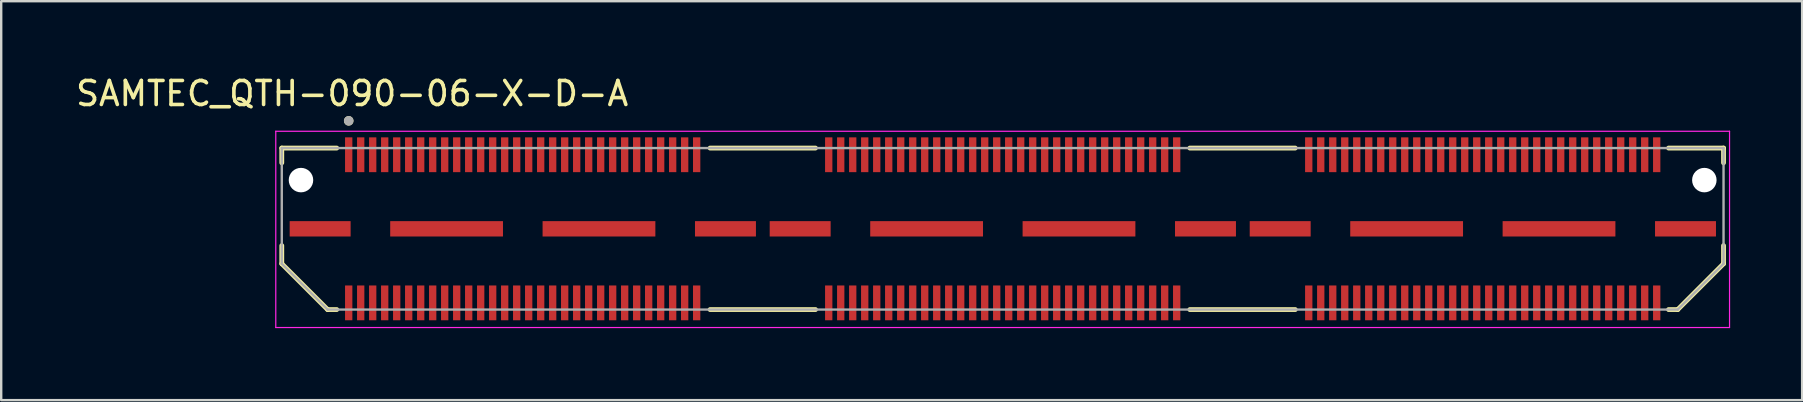
<source format=kicad_pcb>
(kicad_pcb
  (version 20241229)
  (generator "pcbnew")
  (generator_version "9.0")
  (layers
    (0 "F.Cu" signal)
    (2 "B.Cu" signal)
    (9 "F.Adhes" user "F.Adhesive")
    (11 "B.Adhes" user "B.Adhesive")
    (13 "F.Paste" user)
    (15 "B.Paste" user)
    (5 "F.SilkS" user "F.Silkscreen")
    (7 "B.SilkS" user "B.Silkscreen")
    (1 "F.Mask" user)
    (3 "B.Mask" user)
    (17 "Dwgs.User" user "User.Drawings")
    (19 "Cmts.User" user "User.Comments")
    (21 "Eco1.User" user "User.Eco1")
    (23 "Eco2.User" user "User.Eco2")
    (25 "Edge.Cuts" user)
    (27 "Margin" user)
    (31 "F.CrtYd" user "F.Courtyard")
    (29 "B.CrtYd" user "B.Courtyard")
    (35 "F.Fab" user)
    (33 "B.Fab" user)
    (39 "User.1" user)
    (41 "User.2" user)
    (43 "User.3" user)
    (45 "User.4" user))
  (footprint "SAMTEC_QTH-090-06-X-D-A"
    (layer "F.Cu")
    (at 38.732 6.485)
    (property "Reference" "SAMTEC_QTH-090-06-X-D-A" (at -27.107 -5.637 0) (layer "F.SilkS") (effects (font (size 1 1) (thickness 0.15))))
    (attr through_hole)
    (fp_line (start -30.04 -3.365) (end -27.75 -3.365) (stroke (width 0.2) (type solid)) (layer "F.SilkS"))
    (fp_line (start -30.04 -2.75) (end -30.04 -3.365) (stroke (width 0.2) (type solid)) (layer "F.SilkS"))
    (fp_line (start -30.04 0.7) (end -30.04 1.455) (stroke (width 0.2) (type solid)) (layer "F.SilkS"))
    (fp_line (start -30.04 1.455) (end -28.13 3.365) (stroke (width 0.2) (type solid)) (layer "F.SilkS"))
    (fp_line (start -28.13 3.365) (end -27.75 3.365) (stroke (width 0.2) (type solid)) (layer "F.SilkS"))
    (fp_line (start -12.192 -3.365) (end -7.8 -3.365) (stroke (width 0.2) (type solid)) (layer "F.SilkS"))
    (fp_line (start -12.192 3.365) (end -7.8 3.365) (stroke (width 0.2) (type solid)) (layer "F.SilkS"))
    (fp_line (start 7.8 -3.365) (end 12.192 -3.365) (stroke (width 0.2) (type solid)) (layer "F.SilkS"))
    (fp_line (start 7.8 3.365) (end 12.192 3.365) (stroke (width 0.2) (type solid)) (layer "F.SilkS"))
    (fp_line (start 28.13 3.365) (end 27.75 3.365) (stroke (width 0.2) (type solid)) (layer "F.SilkS"))
    (fp_line (start 30.04 -3.365) (end 27.75 -3.365) (stroke (width 0.2) (type solid)) (layer "F.SilkS"))
    (fp_line (start 30.04 -2.75) (end 30.04 -3.365) (stroke (width 0.2) (type solid)) (layer "F.SilkS"))
    (fp_line (start 30.04 0.7) (end 30.04 1.455) (stroke (width 0.2) (type solid)) (layer "F.SilkS"))
    (fp_line (start 30.04 1.455) (end 28.13 3.365) (stroke (width 0.2) (type solid)) (layer "F.SilkS"))
    (fp_circle (center -27.251 -4.5) (end -27.151 -4.5) (stroke (width 0.2) (type solid)) (fill no) (layer "F.SilkS"))
    (fp_line (start -30.29 -4.066) (end 30.29 -4.066) (stroke (width 0.05) (type solid)) (layer "F.CrtYd"))
    (fp_line (start -30.29 4.114) (end -30.29 -4.066) (stroke (width 0.05) (type solid)) (layer "F.CrtYd"))
    (fp_line (start 30.29 -4.066) (end 30.29 4.114) (stroke (width 0.05) (type solid)) (layer "F.CrtYd"))
    (fp_line (start 30.29 4.114) (end -30.29 4.114) (stroke (width 0.05) (type solid)) (layer "F.CrtYd"))
    (fp_line (start -30.04 -3.365) (end 30.04 -3.365) (stroke (width 0.1) (type solid)) (layer "F.Fab"))
    (fp_line (start -30.04 1.455) (end -30.04 -3.365) (stroke (width 0.1) (type solid)) (layer "F.Fab"))
    (fp_line (start -28.13 3.365) (end -30.04 1.455) (stroke (width 0.1) (type solid)) (layer "F.Fab"))
    (fp_line (start 28.13 3.365) (end -28.13 3.365) (stroke (width 0.1) (type solid)) (layer "F.Fab"))
    (fp_line (start 30.04 -3.365) (end 30.04 1.455) (stroke (width 0.1) (type solid)) (layer "F.Fab"))
    (fp_line (start 30.04 1.455) (end 28.13 3.365) (stroke (width 0.1) (type solid)) (layer "F.Fab"))
    (fp_circle (center -27.251 -4.5) (end -27.151 -4.5) (stroke (width 0.2) (type solid)) (fill no) (layer "F.Fab"))
    (pad "" np_thru_hole circle (at -29.24 -2.03) (size 1.02 1.02) (drill 1.02) (layers "*.Cu" "*.Mask"))
    (pad "" np_thru_hole circle (at 29.24 -2.03) (size 1.02 1.02) (drill 1.02) (layers "*.Cu" "*.Mask"))
    (pad "01" smd rect (at -27.251 -3.086) (size 0.305 1.45) (layers "F.Cu" "F.Mask" "F.Paste"))
    (pad "02" smd rect (at -27.251 3.086) (size 0.305 1.45) (layers "F.Cu" "F.Mask" "F.Paste"))
    (pad "03" smd rect (at -26.751 -3.086) (size 0.305 1.45) (layers "F.Cu" "F.Mask" "F.Paste"))
    (pad "04" smd rect (at -26.751 3.086) (size 0.305 1.45) (layers "F.Cu" "F.Mask" "F.Paste"))
    (pad "05" smd rect (at -26.251 -3.086) (size 0.305 1.45) (layers "F.Cu" "F.Mask" "F.Paste"))
    (pad "06" smd rect (at -26.251 3.086) (size 0.305 1.45) (layers "F.Cu" "F.Mask" "F.Paste"))
    (pad "07" smd rect (at -25.751 -3.086) (size 0.305 1.45) (layers "F.Cu" "F.Mask" "F.Paste"))
    (pad "08" smd rect (at -25.751 3.086) (size 0.305 1.45) (layers "F.Cu" "F.Mask" "F.Paste"))
    (pad "09" smd rect (at -25.251 -3.086) (size 0.305 1.45) (layers "F.Cu" "F.Mask" "F.Paste"))
    (pad "10" smd rect (at -25.251 3.086) (size 0.305 1.45) (layers "F.Cu" "F.Mask" "F.Paste"))
    (pad "11" smd rect (at -24.751 -3.086) (size 0.305 1.45) (layers "F.Cu" "F.Mask" "F.Paste"))
    (pad "12" smd rect (at -24.751 3.086) (size 0.305 1.45) (layers "F.Cu" "F.Mask" "F.Paste"))
    (pad "13" smd rect (at -24.251 -3.086) (size 0.305 1.45) (layers "F.Cu" "F.Mask" "F.Paste"))
    (pad "14" smd rect (at -24.251 3.086) (size 0.305 1.45) (layers "F.Cu" "F.Mask" "F.Paste"))
    (pad "15" smd rect (at -23.751 -3.086) (size 0.305 1.45) (layers "F.Cu" "F.Mask" "F.Paste"))
    (pad "16" smd rect (at -23.751 3.086) (size 0.305 1.45) (layers "F.Cu" "F.Mask" "F.Paste"))
    (pad "17" smd rect (at -23.251 -3.086) (size 0.305 1.45) (layers "F.Cu" "F.Mask" "F.Paste"))
    (pad "18" smd rect (at -23.251 3.086) (size 0.305 1.45) (layers "F.Cu" "F.Mask" "F.Paste"))
    (pad "19" smd rect (at -22.751 -3.086) (size 0.305 1.45) (layers "F.Cu" "F.Mask" "F.Paste"))
    (pad "20" smd rect (at -22.751 3.086) (size 0.305 1.45) (layers "F.Cu" "F.Mask" "F.Paste"))
    (pad "21" smd rect (at -22.251 -3.086) (size 0.305 1.45) (layers "F.Cu" "F.Mask" "F.Paste"))
    (pad "22" smd rect (at -22.251 3.086) (size 0.305 1.45) (layers "F.Cu" "F.Mask" "F.Paste"))
    (pad "23" smd rect (at -21.751 -3.086) (size 0.305 1.45) (layers "F.Cu" "F.Mask" "F.Paste"))
    (pad "24" smd rect (at -21.751 3.086) (size 0.305 1.45) (layers "F.Cu" "F.Mask" "F.Paste"))
    (pad "25" smd rect (at -21.251 -3.086) (size 0.305 1.45) (layers "F.Cu" "F.Mask" "F.Paste"))
    (pad "26" smd rect (at -21.251 3.086) (size 0.305 1.45) (layers "F.Cu" "F.Mask" "F.Paste"))
    (pad "27" smd rect (at -20.751 -3.086) (size 0.305 1.45) (layers "F.Cu" "F.Mask" "F.Paste"))
    (pad "28" smd rect (at -20.751 3.086) (size 0.305 1.45) (layers "F.Cu" "F.Mask" "F.Paste"))
    (pad "29" smd rect (at -20.251 -3.086) (size 0.305 1.45) (layers "F.Cu" "F.Mask" "F.Paste"))
    (pad "30" smd rect (at -20.251 3.086) (size 0.305 1.45) (layers "F.Cu" "F.Mask" "F.Paste"))
    (pad "31" smd rect (at -19.751 -3.086) (size 0.305 1.45) (layers "F.Cu" "F.Mask" "F.Paste"))
    (pad "32" smd rect (at -19.751 3.086) (size 0.305 1.45) (layers "F.Cu" "F.Mask" "F.Paste"))
    (pad "33" smd rect (at -19.251 -3.086) (size 0.305 1.45) (layers "F.Cu" "F.Mask" "F.Paste"))
    (pad "34" smd rect (at -19.251 3.086) (size 0.305 1.45) (layers "F.Cu" "F.Mask" "F.Paste"))
    (pad "35" smd rect (at -18.751 -3.086) (size 0.305 1.45) (layers "F.Cu" "F.Mask" "F.Paste"))
    (pad "36" smd rect (at -18.751 3.086) (size 0.305 1.45) (layers "F.Cu" "F.Mask" "F.Paste"))
    (pad "37" smd rect (at -18.251 -3.086) (size 0.305 1.45) (layers "F.Cu" "F.Mask" "F.Paste"))
    (pad "38" smd rect (at -18.251 3.086) (size 0.305 1.45) (layers "F.Cu" "F.Mask" "F.Paste"))
    (pad "39" smd rect (at -17.751 -3.086) (size 0.305 1.45) (layers "F.Cu" "F.Mask" "F.Paste"))
    (pad "40" smd rect (at -17.751 3.086) (size 0.305 1.45) (layers "F.Cu" "F.Mask" "F.Paste"))
    (pad "41" smd rect (at -17.251 -3.086) (size 0.305 1.45) (layers "F.Cu" "F.Mask" "F.Paste"))
    (pad "42" smd rect (at -17.251 3.086) (size 0.305 1.45) (layers "F.Cu" "F.Mask" "F.Paste"))
    (pad "43" smd rect (at -16.751 -3.086) (size 0.305 1.45) (layers "F.Cu" "F.Mask" "F.Paste"))
    (pad "44" smd rect (at -16.751 3.086) (size 0.305 1.45) (layers "F.Cu" "F.Mask" "F.Paste"))
    (pad "45" smd rect (at -16.251 -3.086) (size 0.305 1.45) (layers "F.Cu" "F.Mask" "F.Paste"))
    (pad "46" smd rect (at -16.251 3.086) (size 0.305 1.45) (layers "F.Cu" "F.Mask" "F.Paste"))
    (pad "47" smd rect (at -15.751 -3.086) (size 0.305 1.45) (layers "F.Cu" "F.Mask" "F.Paste"))
    (pad "48" smd rect (at -15.751 3.086) (size 0.305 1.45) (layers "F.Cu" "F.Mask" "F.Paste"))
    (pad "49" smd rect (at -15.251 -3.086) (size 0.305 1.45) (layers "F.Cu" "F.Mask" "F.Paste"))
    (pad "50" smd rect (at -15.251 3.086) (size 0.305 1.45) (layers "F.Cu" "F.Mask" "F.Paste"))
    (pad "51" smd rect (at -14.751 -3.086) (size 0.305 1.45) (layers "F.Cu" "F.Mask" "F.Paste"))
    (pad "52" smd rect (at -14.751 3.086) (size 0.305 1.45) (layers "F.Cu" "F.Mask" "F.Paste"))
    (pad "53" smd rect (at -14.251 -3.086) (size 0.305 1.45) (layers "F.Cu" "F.Mask" "F.Paste"))
    (pad "54" smd rect (at -14.251 3.086) (size 0.305 1.45) (layers "F.Cu" "F.Mask" "F.Paste"))
    (pad "55" smd rect (at -13.751 -3.086) (size 0.305 1.45) (layers "F.Cu" "F.Mask" "F.Paste"))
    (pad "56" smd rect (at -13.751 3.086) (size 0.305 1.45) (layers "F.Cu" "F.Mask" "F.Paste"))
    (pad "57" smd rect (at -13.251 -3.086) (size 0.305 1.45) (layers "F.Cu" "F.Mask" "F.Paste"))
    (pad "58" smd rect (at -13.251 3.086) (size 0.305 1.45) (layers "F.Cu" "F.Mask" "F.Paste"))
    (pad "59" smd rect (at -12.751 -3.086) (size 0.305 1.45) (layers "F.Cu" "F.Mask" "F.Paste"))
    (pad "60" smd rect (at -12.751 3.086) (size 0.305 1.45) (layers "F.Cu" "F.Mask" "F.Paste"))
    (pad "61" smd rect (at -7.248 -3.086) (size 0.305 1.45) (layers "F.Cu" "F.Mask" "F.Paste"))
    (pad "62" smd rect (at -7.248 3.086) (size 0.305 1.45) (layers "F.Cu" "F.Mask" "F.Paste"))
    (pad "63" smd rect (at -6.748 -3.086) (size 0.305 1.45) (layers "F.Cu" "F.Mask" "F.Paste"))
    (pad "64" smd rect (at -6.748 3.086) (size 0.305 1.45) (layers "F.Cu" "F.Mask" "F.Paste"))
    (pad "65" smd rect (at -6.248 -3.086) (size 0.305 1.45) (layers "F.Cu" "F.Mask" "F.Paste"))
    (pad "66" smd rect (at -6.248 3.086) (size 0.305 1.45) (layers "F.Cu" "F.Mask" "F.Paste"))
    (pad "67" smd rect (at -5.748 -3.086) (size 0.305 1.45) (layers "F.Cu" "F.Mask" "F.Paste"))
    (pad "68" smd rect (at -5.748 3.086) (size 0.305 1.45) (layers "F.Cu" "F.Mask" "F.Paste"))
    (pad "69" smd rect (at -5.248 -3.086) (size 0.305 1.45) (layers "F.Cu" "F.Mask" "F.Paste"))
    (pad "70" smd rect (at -5.248 3.086) (size 0.305 1.45) (layers "F.Cu" "F.Mask" "F.Paste"))
    (pad "71" smd rect (at -4.748 -3.086) (size 0.305 1.45) (layers "F.Cu" "F.Mask" "F.Paste"))
    (pad "72" smd rect (at -4.748 3.086) (size 0.305 1.45) (layers "F.Cu" "F.Mask" "F.Paste"))
    (pad "73" smd rect (at -4.248 -3.086) (size 0.305 1.45) (layers "F.Cu" "F.Mask" "F.Paste"))
    (pad "74" smd rect (at -4.248 3.086) (size 0.305 1.45) (layers "F.Cu" "F.Mask" "F.Paste"))
    (pad "75" smd rect (at -3.748 -3.086) (size 0.305 1.45) (layers "F.Cu" "F.Mask" "F.Paste"))
    (pad "76" smd rect (at -3.748 3.086) (size 0.305 1.45) (layers "F.Cu" "F.Mask" "F.Paste"))
    (pad "77" smd rect (at -3.248 -3.086) (size 0.305 1.45) (layers "F.Cu" "F.Mask" "F.Paste"))
    (pad "78" smd rect (at -3.248 3.086) (size 0.305 1.45) (layers "F.Cu" "F.Mask" "F.Paste"))
    (pad "79" smd rect (at -2.748 -3.086) (size 0.305 1.45) (layers "F.Cu" "F.Mask" "F.Paste"))
    (pad "80" smd rect (at -2.748 3.086) (size 0.305 1.45) (layers "F.Cu" "F.Mask" "F.Paste"))
    (pad "81" smd rect (at -2.248 -3.086) (size 0.305 1.45) (layers "F.Cu" "F.Mask" "F.Paste"))
    (pad "82" smd rect (at -2.248 3.086) (size 0.305 1.45) (layers "F.Cu" "F.Mask" "F.Paste"))
    (pad "83" smd rect (at -1.748 -3.086) (size 0.305 1.45) (layers "F.Cu" "F.Mask" "F.Paste"))
    (pad "84" smd rect (at -1.748 3.086) (size 0.305 1.45) (layers "F.Cu" "F.Mask" "F.Paste"))
    (pad "85" smd rect (at -1.248 -3.086) (size 0.305 1.45) (layers "F.Cu" "F.Mask" "F.Paste"))
    (pad "86" smd rect (at -1.248 3.086) (size 0.305 1.45) (layers "F.Cu" "F.Mask" "F.Paste"))
    (pad "87" smd rect (at -0.748 -3.086) (size 0.305 1.45) (layers "F.Cu" "F.Mask" "F.Paste"))
    (pad "88" smd rect (at -0.748 3.086) (size 0.305 1.45) (layers "F.Cu" "F.Mask" "F.Paste"))
    (pad "89" smd rect (at -0.248 -3.086) (size 0.305 1.45) (layers "F.Cu" "F.Mask" "F.Paste"))
    (pad "90" smd rect (at -0.248 3.086) (size 0.305 1.45) (layers "F.Cu" "F.Mask" "F.Paste"))
    (pad "91" smd rect (at 0.252 -3.086) (size 0.305 1.45) (layers "F.Cu" "F.Mask" "F.Paste"))
    (pad "92" smd rect (at 0.252 3.086) (size 0.305 1.45) (layers "F.Cu" "F.Mask" "F.Paste"))
    (pad "93" smd rect (at 0.752 -3.086) (size 0.305 1.45) (layers "F.Cu" "F.Mask" "F.Paste"))
    (pad "94" smd rect (at 0.752 3.086) (size 0.305 1.45) (layers "F.Cu" "F.Mask" "F.Paste"))
    (pad "95" smd rect (at 1.252 -3.086) (size 0.305 1.45) (layers "F.Cu" "F.Mask" "F.Paste"))
    (pad "96" smd rect (at 1.252 3.086) (size 0.305 1.45) (layers "F.Cu" "F.Mask" "F.Paste"))
    (pad "97" smd rect (at 1.752 -3.086) (size 0.305 1.45) (layers "F.Cu" "F.Mask" "F.Paste"))
    (pad "98" smd rect (at 1.752 3.086) (size 0.305 1.45) (layers "F.Cu" "F.Mask" "F.Paste"))
    (pad "99" smd rect (at 2.252 -3.086) (size 0.305 1.45) (layers "F.Cu" "F.Mask" "F.Paste"))
    (pad "100" smd rect (at 2.252 3.086) (size 0.305 1.45) (layers "F.Cu" "F.Mask" "F.Paste"))
    (pad "101" smd rect (at 2.752 -3.086) (size 0.305 1.45) (layers "F.Cu" "F.Mask" "F.Paste"))
    (pad "102" smd rect (at 2.752 3.086) (size 0.305 1.45) (layers "F.Cu" "F.Mask" "F.Paste"))
    (pad "103" smd rect (at 3.252 -3.086) (size 0.305 1.45) (layers "F.Cu" "F.Mask" "F.Paste"))
    (pad "104" smd rect (at 3.252 3.086) (size 0.305 1.45) (layers "F.Cu" "F.Mask" "F.Paste"))
    (pad "105" smd rect (at 3.752 -3.086) (size 0.305 1.45) (layers "F.Cu" "F.Mask" "F.Paste"))
    (pad "106" smd rect (at 3.752 3.086) (size 0.305 1.45) (layers "F.Cu" "F.Mask" "F.Paste"))
    (pad "107" smd rect (at 4.252 -3.086) (size 0.305 1.45) (layers "F.Cu" "F.Mask" "F.Paste"))
    (pad "108" smd rect (at 4.252 3.086) (size 0.305 1.45) (layers "F.Cu" "F.Mask" "F.Paste"))
    (pad "109" smd rect (at 4.752 -3.086) (size 0.305 1.45) (layers "F.Cu" "F.Mask" "F.Paste"))
    (pad "110" smd rect (at 4.752 3.086) (size 0.305 1.45) (layers "F.Cu" "F.Mask" "F.Paste"))
    (pad "111" smd rect (at 5.252 -3.086) (size 0.305 1.45) (layers "F.Cu" "F.Mask" "F.Paste"))
    (pad "112" smd rect (at 5.252 3.086) (size 0.305 1.45) (layers "F.Cu" "F.Mask" "F.Paste"))
    (pad "113" smd rect (at 5.752 -3.086) (size 0.305 1.45) (layers "F.Cu" "F.Mask" "F.Paste"))
    (pad "114" smd rect (at 5.752 3.086) (size 0.305 1.45) (layers "F.Cu" "F.Mask" "F.Paste"))
    (pad "115" smd rect (at 6.252 -3.086) (size 0.305 1.45) (layers "F.Cu" "F.Mask" "F.Paste"))
    (pad "116" smd rect (at 6.252 3.086) (size 0.305 1.45) (layers "F.Cu" "F.Mask" "F.Paste"))
    (pad "117" smd rect (at 6.752 -3.086) (size 0.305 1.45) (layers "F.Cu" "F.Mask" "F.Paste"))
    (pad "118" smd rect (at 6.752 3.086) (size 0.305 1.45) (layers "F.Cu" "F.Mask" "F.Paste"))
    (pad "119" smd rect (at 7.252 -3.086) (size 0.305 1.45) (layers "F.Cu" "F.Mask" "F.Paste"))
    (pad "120" smd rect (at 7.252 3.086) (size 0.305 1.45) (layers "F.Cu" "F.Mask" "F.Paste"))
    (pad "121" smd rect (at 12.755 -3.086) (size 0.305 1.45) (layers "F.Cu" "F.Mask" "F.Paste"))
    (pad "122" smd rect (at 12.755 3.086) (size 0.305 1.45) (layers "F.Cu" "F.Mask" "F.Paste"))
    (pad "123" smd rect (at 13.255 -3.086) (size 0.305 1.45) (layers "F.Cu" "F.Mask" "F.Paste"))
    (pad "124" smd rect (at 13.255 3.086) (size 0.305 1.45) (layers "F.Cu" "F.Mask" "F.Paste"))
    (pad "125" smd rect (at 13.755 -3.086) (size 0.305 1.45) (layers "F.Cu" "F.Mask" "F.Paste"))
    (pad "126" smd rect (at 13.755 3.086) (size 0.305 1.45) (layers "F.Cu" "F.Mask" "F.Paste"))
    (pad "127" smd rect (at 14.255 -3.086) (size 0.305 1.45) (layers "F.Cu" "F.Mask" "F.Paste"))
    (pad "128" smd rect (at 14.255 3.086) (size 0.305 1.45) (layers "F.Cu" "F.Mask" "F.Paste"))
    (pad "129" smd rect (at 14.755 -3.086) (size 0.305 1.45) (layers "F.Cu" "F.Mask" "F.Paste"))
    (pad "130" smd rect (at 14.755 3.086) (size 0.305 1.45) (layers "F.Cu" "F.Mask" "F.Paste"))
    (pad "131" smd rect (at 15.255 -3.086) (size 0.305 1.45) (layers "F.Cu" "F.Mask" "F.Paste"))
    (pad "132" smd rect (at 15.255 3.086) (size 0.305 1.45) (layers "F.Cu" "F.Mask" "F.Paste"))
    (pad "133" smd rect (at 15.755 -3.086) (size 0.305 1.45) (layers "F.Cu" "F.Mask" "F.Paste"))
    (pad "134" smd rect (at 15.755 3.086) (size 0.305 1.45) (layers "F.Cu" "F.Mask" "F.Paste"))
    (pad "135" smd rect (at 16.255 -3.086) (size 0.305 1.45) (layers "F.Cu" "F.Mask" "F.Paste"))
    (pad "136" smd rect (at 16.255 3.086) (size 0.305 1.45) (layers "F.Cu" "F.Mask" "F.Paste"))
    (pad "137" smd rect (at 16.755 -3.086) (size 0.305 1.45) (layers "F.Cu" "F.Mask" "F.Paste"))
    (pad "138" smd rect (at 16.755 3.086) (size 0.305 1.45) (layers "F.Cu" "F.Mask" "F.Paste"))
    (pad "139" smd rect (at 17.255 -3.086) (size 0.305 1.45) (layers "F.Cu" "F.Mask" "F.Paste"))
    (pad "140" smd rect (at 17.255 3.086) (size 0.305 1.45) (layers "F.Cu" "F.Mask" "F.Paste"))
    (pad "141" smd rect (at 17.755 -3.086) (size 0.305 1.45) (layers "F.Cu" "F.Mask" "F.Paste"))
    (pad "142" smd rect (at 17.755 3.086) (size 0.305 1.45) (layers "F.Cu" "F.Mask" "F.Paste"))
    (pad "143" smd rect (at 18.255 -3.086) (size 0.305 1.45) (layers "F.Cu" "F.Mask" "F.Paste"))
    (pad "144" smd rect (at 18.255 3.086) (size 0.305 1.45) (layers "F.Cu" "F.Mask" "F.Paste"))
    (pad "145" smd rect (at 18.755 -3.086) (size 0.305 1.45) (layers "F.Cu" "F.Mask" "F.Paste"))
    (pad "146" smd rect (at 18.755 3.086) (size 0.305 1.45) (layers "F.Cu" "F.Mask" "F.Paste"))
    (pad "147" smd rect (at 19.255 -3.086) (size 0.305 1.45) (layers "F.Cu" "F.Mask" "F.Paste"))
    (pad "148" smd rect (at 19.255 3.086) (size 0.305 1.45) (layers "F.Cu" "F.Mask" "F.Paste"))
    (pad "149" smd rect (at 19.755 -3.086) (size 0.305 1.45) (layers "F.Cu" "F.Mask" "F.Paste"))
    (pad "150" smd rect (at 19.755 3.086) (size 0.305 1.45) (layers "F.Cu" "F.Mask" "F.Paste"))
    (pad "151" smd rect (at 20.255 -3.086) (size 0.305 1.45) (layers "F.Cu" "F.Mask" "F.Paste"))
    (pad "152" smd rect (at 20.255 3.086) (size 0.305 1.45) (layers "F.Cu" "F.Mask" "F.Paste"))
    (pad "153" smd rect (at 20.755 -3.086) (size 0.305 1.45) (layers "F.Cu" "F.Mask" "F.Paste"))
    (pad "154" smd rect (at 20.755 3.086) (size 0.305 1.45) (layers "F.Cu" "F.Mask" "F.Paste"))
    (pad "155" smd rect (at 21.255 -3.086) (size 0.305 1.45) (layers "F.Cu" "F.Mask" "F.Paste"))
    (pad "156" smd rect (at 21.255 3.086) (size 0.305 1.45) (layers "F.Cu" "F.Mask" "F.Paste"))
    (pad "157" smd rect (at 21.755 -3.086) (size 0.305 1.45) (layers "F.Cu" "F.Mask" "F.Paste"))
    (pad "158" smd rect (at 21.755 3.086) (size 0.305 1.45) (layers "F.Cu" "F.Mask" "F.Paste"))
    (pad "159" smd rect (at 22.255 -3.086) (size 0.305 1.45) (layers "F.Cu" "F.Mask" "F.Paste"))
    (pad "160" smd rect (at 22.255 3.086) (size 0.305 1.45) (layers "F.Cu" "F.Mask" "F.Paste"))
    (pad "161" smd rect (at 22.755 -3.086) (size 0.305 1.45) (layers "F.Cu" "F.Mask" "F.Paste"))
    (pad "162" smd rect (at 22.755 3.086) (size 0.305 1.45) (layers "F.Cu" "F.Mask" "F.Paste"))
    (pad "163" smd rect (at 23.255 -3.086) (size 0.305 1.45) (layers "F.Cu" "F.Mask" "F.Paste"))
    (pad "164" smd rect (at 23.255 3.086) (size 0.305 1.45) (layers "F.Cu" "F.Mask" "F.Paste"))
    (pad "165" smd rect (at 23.755 -3.086) (size 0.305 1.45) (layers "F.Cu" "F.Mask" "F.Paste"))
    (pad "166" smd rect (at 23.755 3.086) (size 0.305 1.45) (layers "F.Cu" "F.Mask" "F.Paste"))
    (pad "167" smd rect (at 24.255 -3.086) (size 0.305 1.45) (layers "F.Cu" "F.Mask" "F.Paste"))
    (pad "168" smd rect (at 24.255 3.086) (size 0.305 1.45) (layers "F.Cu" "F.Mask" "F.Paste"))
    (pad "169" smd rect (at 24.755 -3.086) (size 0.305 1.45) (layers "F.Cu" "F.Mask" "F.Paste"))
    (pad "170" smd rect (at 24.755 3.086) (size 0.305 1.45) (layers "F.Cu" "F.Mask" "F.Paste"))
    (pad "171" smd rect (at 25.255 -3.086) (size 0.305 1.45) (layers "F.Cu" "F.Mask" "F.Paste"))
    (pad "172" smd rect (at 25.255 3.086) (size 0.305 1.45) (layers "F.Cu" "F.Mask" "F.Paste"))
    (pad "173" smd rect (at 25.755 -3.086) (size 0.305 1.45) (layers "F.Cu" "F.Mask" "F.Paste"))
    (pad "174" smd rect (at 25.755 3.086) (size 0.305 1.45) (layers "F.Cu" "F.Mask" "F.Paste"))
    (pad "175" smd rect (at 26.255 -3.086) (size 0.305 1.45) (layers "F.Cu" "F.Mask" "F.Paste"))
    (pad "176" smd rect (at 26.255 3.086) (size 0.305 1.45) (layers "F.Cu" "F.Mask" "F.Paste"))
    (pad "177" smd rect (at 26.755 -3.086) (size 0.305 1.45) (layers "F.Cu" "F.Mask" "F.Paste"))
    (pad "178" smd rect (at 26.755 3.086) (size 0.305 1.45) (layers "F.Cu" "F.Mask" "F.Paste"))
    (pad "179" smd rect (at 27.255 -3.086) (size 0.305 1.45) (layers "F.Cu" "F.Mask" "F.Paste"))
    (pad "180" smd rect (at 27.255 3.086) (size 0.305 1.45) (layers "F.Cu" "F.Mask" "F.Paste"))
    (pad "G1" smd rect (at -28.441 0) (size 2.54 0.64) (layers "F.Cu" "F.Mask" "F.Paste"))
    (pad "G2" smd rect (at -23.172 0) (size 4.7 0.64) (layers "F.Cu" "F.Mask" "F.Paste"))
    (pad "G3" smd rect (at -16.822 0) (size 4.7 0.64) (layers "F.Cu" "F.Mask" "F.Paste"))
    (pad "G4" smd rect (at -11.551 0) (size 2.54 0.64) (layers "F.Cu" "F.Mask" "F.Paste"))
    (pad "G5" smd rect (at -8.438 0) (size 2.54 0.64) (layers "F.Cu" "F.Mask" "F.Paste"))
    (pad "G6" smd rect (at -3.169 0) (size 4.7 0.64) (layers "F.Cu" "F.Mask" "F.Paste"))
    (pad "G7" smd rect (at 3.181 0) (size 4.7 0.64) (layers "F.Cu" "F.Mask" "F.Paste"))
    (pad "G8" smd rect (at 8.452 0) (size 2.54 0.64) (layers "F.Cu" "F.Mask" "F.Paste"))
    (pad "G9" smd rect (at 11.565 0) (size 2.54 0.64) (layers "F.Cu" "F.Mask" "F.Paste"))
    (pad "G10" smd rect (at 16.834 0) (size 4.7 0.64) (layers "F.Cu" "F.Mask" "F.Paste"))
    (pad "G11" smd rect (at 23.184 0) (size 4.7 0.64) (layers "F.Cu" "F.Mask" "F.Paste"))
    (pad "G12" smd rect (at 28.455 0) (size 2.54 0.64) (layers "F.Cu" "F.Mask" "F.Paste")))
  (gr_rect
    (start -3 -3)
    (end 72.047 13.624)
    (stroke (width 0.1) (type default))
    (fill no)
    (layer "Edge.Cuts")))
</source>
